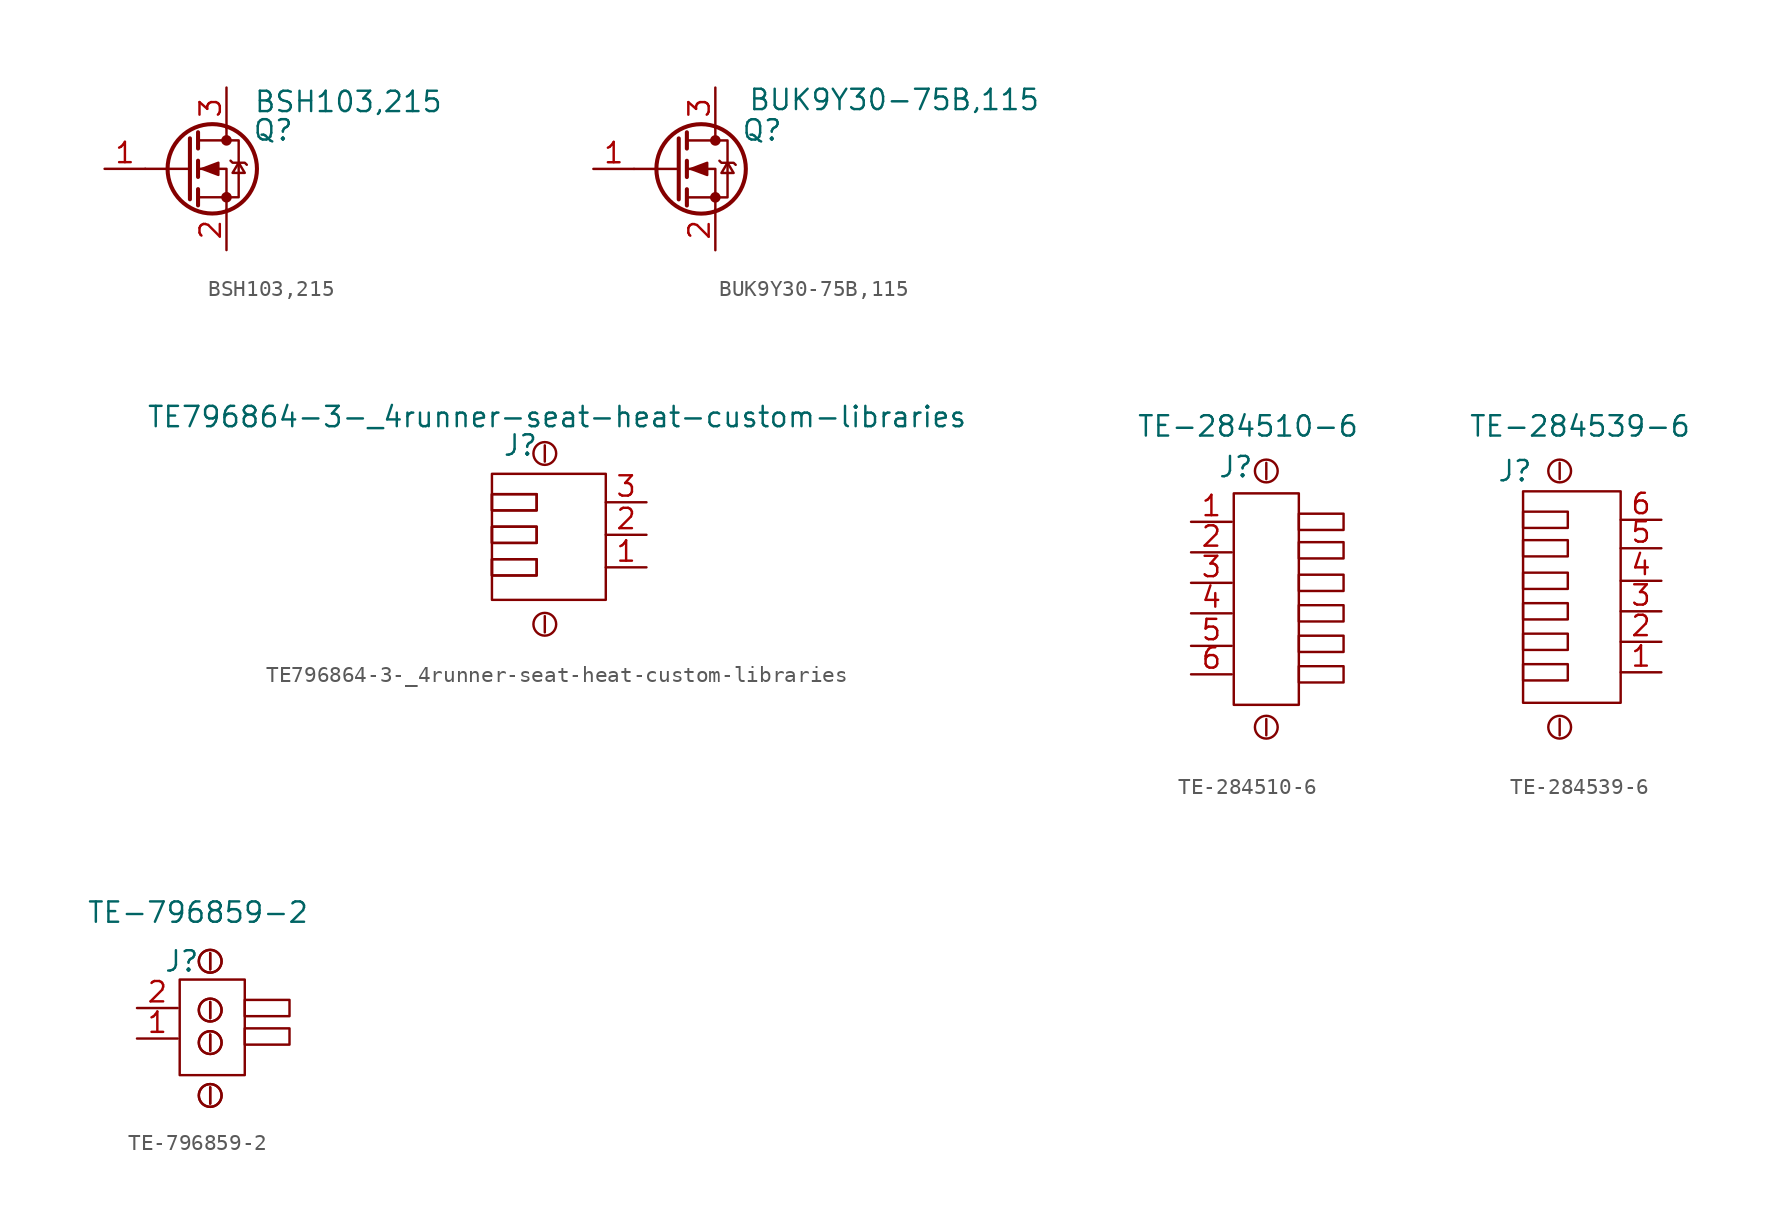
<source format=kicad_sym>
(kicad_symbol_lib
  (version 20220914)
  (generator kicad_symbol_editor)
  (symbol "BSH103,215"
    (pin_names
      (offset 1.016) hide)
    (property "Reference" "Q"
      (at 2.921 2.413 0)
      (effects (font (size 1.27 1.27))))
    (property "Value" "BSH103,215"
      (at 7.62 4.191 0)
      (effects (font (size 1.27 1.27))))
    (symbol "BSH103,215_1_1"
      (circle (center -0.889 0) (radius 2.794) (stroke (width 0.254) (type solid)) (fill (type none)))
      (circle (center 0 -1.778) (radius 0.254) (stroke (width 0) (type solid)) (fill (type outline)))
      (polyline (pts (xy -2.286 0) (xy -5.08 0)) (stroke (width 0) (type solid)) (fill (type none)))
      (polyline (pts (xy -2.286 1.905) (xy -2.286 -1.905)) (stroke (width 0.254) (type solid)) (fill (type none)))
      (polyline (pts (xy -1.778 -1.27) (xy -1.778 -2.286)) (stroke (width 0.254) (type solid)) (fill (type none)))
      (polyline (pts (xy -1.778 0.508) (xy -1.778 -0.508)) (stroke (width 0.254) (type solid)) (fill (type none)))
      (polyline (pts (xy -1.778 2.286) (xy -1.778 1.27)) (stroke (width 0.254) (type solid)) (fill (type none)))
      (polyline (pts (xy 0 2.54) (xy 0 1.778)) (stroke (width 0) (type solid)) (fill (type none)))
      (polyline (pts (xy 0 -2.54) (xy 0 0) (xy -1.778 0)) (stroke (width 0) (type solid)) (fill (type none)))
      (polyline (pts (xy -1.778 -1.778) (xy 0.762 -1.778) (xy 0.762 1.778) (xy -1.778 1.778)) (stroke (width 0) (type solid)) (fill (type none)))
      (polyline (pts (xy -1.524 0) (xy -0.508 0.381) (xy -0.508 -0.381) (xy -1.524 0)) (stroke (width 0) (type solid)) (fill (type outline)))
      (polyline (pts (xy 0.254 0.508) (xy 0.381 0.381) (xy 1.143 0.381) (xy 1.27 0.254)) (stroke (width 0) (type solid)) (fill (type none)))
      (polyline (pts (xy 0.762 0.381) (xy 0.381 -0.254) (xy 1.143 -0.254) (xy 0.762 0.381)) (stroke (width 0) (type solid)) (fill (type none)))
      (circle (center 0 1.778) (radius 0.254) (stroke (width 0) (type solid)) (fill (type outline)))
      (pin passive line (at -7.62 0 0) (length 2.54) (name "G" (effects (font (size 1.27 1.27)))) (number "1" (effects (font (size 1.27 1.27)))))
      (pin passive line (at 0 -5.08 90) (length 2.54) (name "S" (effects (font (size 1.27 1.27)))) (number "2" (effects (font (size 1.27 1.27)))))
      (pin passive line (at 0 5.08 270) (length 2.54) (name "D" (effects (font (size 1.27 1.27)))) (number "3" (effects (font (size 1.27 1.27)))))))
  (symbol "BUK9Y30-75B,115"
    (pin_names
      (offset 1.016) hide)
    (property "Reference" "Q"
      (at 2.921 2.413 0)
      (effects (font (size 1.27 1.27))))
    (property "Value" "BUK9Y30-75B,115"
      (at 11.176 4.318 0)
      (effects (font (size 1.27 1.27))))
    (symbol "BUK9Y30-75B,115_1_1"
      (circle (center -0.889 0) (radius 2.794) (stroke (width 0.254) (type solid)) (fill (type none)))
      (circle (center 0 -1.778) (radius 0.254) (stroke (width 0) (type solid)) (fill (type outline)))
      (polyline (pts (xy -2.286 0) (xy -5.08 0)) (stroke (width 0) (type solid)) (fill (type none)))
      (polyline (pts (xy -2.286 1.905) (xy -2.286 -1.905)) (stroke (width 0.254) (type solid)) (fill (type none)))
      (polyline (pts (xy -1.778 -1.27) (xy -1.778 -2.286)) (stroke (width 0.254) (type solid)) (fill (type none)))
      (polyline (pts (xy -1.778 0.508) (xy -1.778 -0.508)) (stroke (width 0.254) (type solid)) (fill (type none)))
      (polyline (pts (xy -1.778 2.286) (xy -1.778 1.27)) (stroke (width 0.254) (type solid)) (fill (type none)))
      (polyline (pts (xy 0 2.54) (xy 0 1.778)) (stroke (width 0) (type solid)) (fill (type none)))
      (polyline (pts (xy 0 -2.54) (xy 0 0) (xy -1.778 0)) (stroke (width 0) (type solid)) (fill (type none)))
      (polyline (pts (xy -1.778 -1.778) (xy 0.762 -1.778) (xy 0.762 1.778) (xy -1.778 1.778)) (stroke (width 0) (type solid)) (fill (type none)))
      (polyline (pts (xy -1.524 0) (xy -0.508 0.381) (xy -0.508 -0.381) (xy -1.524 0)) (stroke (width 0) (type solid)) (fill (type outline)))
      (polyline (pts (xy 0.254 0.508) (xy 0.381 0.381) (xy 1.143 0.381) (xy 1.27 0.254)) (stroke (width 0) (type solid)) (fill (type none)))
      (polyline (pts (xy 0.762 0.381) (xy 0.381 -0.254) (xy 1.143 -0.254) (xy 0.762 0.381)) (stroke (width 0) (type solid)) (fill (type none)))
      (circle (center 0 1.778) (radius 0.254) (stroke (width 0) (type solid)) (fill (type outline)))
      (pin passive line (at -7.62 0 0) (length 2.54) (name "G" (effects (font (size 1.27 1.27)))) (number "1" (effects (font (size 1.27 1.27)))))
      (pin passive line (at 0 -5.08 90) (length 2.54) (name "S" (effects (font (size 1.27 1.27)))) (number "2" (effects (font (size 1.27 1.27)))))
      (pin passive line (at 0 5.08 270) (length 2.54) (name "D" (effects (font (size 1.27 1.27)))) (number "3" (effects (font (size 1.27 1.27)))))))
  (symbol "TE796864-3-_4runner-seat-heat-custom-libraries"
    (pin_names
      (offset 1.016) hide)
    (property "Reference" "J"
      (at -1.524 0.508 0)
      (effects (font (size 1.27 1.27))))
    (property "Value" "TE796864-3-_4runner-seat-heat-custom-libraries"
      (at 0.762 2.286 0)
      (effects (font (size 1.27 1.27))))
    (symbol "TE796864-3-_4runner-seat-heat-custom-libraries_1_1"
      (rectangle (start -3.302 -6.604) (end -0.508 -7.62) (stroke (width 0) (type solid)) (fill (type none)))
      (rectangle (start -3.302 -6.604) (end -0.508 -7.62) (stroke (width 0) (type solid)) (fill (type none)))
      (rectangle (start -3.302 -4.572) (end -0.508 -5.588) (stroke (width 0) (type solid)) (fill (type none)))
      (rectangle (start -3.302 -4.572) (end -0.508 -5.588) (stroke (width 0) (type solid)) (fill (type none)))
      (rectangle (start -3.302 -2.54) (end -0.508 -3.556) (stroke (width 0) (type solid)) (fill (type none)))
      (rectangle (start -3.302 -2.54) (end -0.508 -3.556) (stroke (width 0) (type solid)) (fill (type none)))
      (rectangle (start -3.302 -1.27) (end 3.81 -9.144) (stroke (width 0) (type solid)) (fill (type none)))
      (circle (center 0 -10.668) (radius 0.711) (stroke (width 0) (type solid)) (fill (type none)))
      (polyline (pts (xy 0 -10.16) (xy 0 -11.176)) (stroke (width 0) (type solid)) (fill (type none)))
      (polyline (pts (xy 0 0.508) (xy 0 -0.508)) (stroke (width 0) (type solid)) (fill (type none)))
      (circle (center 0 0) (radius 0.711) (stroke (width 0) (type solid)) (fill (type none)))
      (pin input line (at 6.35 -7.112 180) (length 2.54) (name "1" (effects (font (size 1.27 1.27)))) (number "1" (effects (font (size 1.27 1.27)))))
      (pin input line (at 6.35 -5.08 180) (length 2.54) (name "2" (effects (font (size 1.27 1.27)))) (number "2" (effects (font (size 1.27 1.27)))))
      (pin input line (at 6.35 -3.048 180) (length 2.54) (name "3" (effects (font (size 1.27 1.27)))) (number "3" (effects (font (size 1.27 1.27)))))))
  (symbol "TE-284510-6"
    (pin_names
      (offset 1.016) hide)
    (property "Reference" "J"
      (at 3.81 0.762 0)
      (effects (font (size 1.27 1.27))))
    (property "Value" "TE-284510-6"
      (at 4.572 3.302 0)
      (effects (font (size 1.27 1.27))))
    (symbol "TE-284510-6_1_1"
      (polyline (pts (xy 5.715 -14.986) (xy 5.715 -16.002)) (stroke (width 0) (type solid)) (fill (type none)))
      (polyline (pts (xy 5.715 1.016) (xy 5.715 0)) (stroke (width 0) (type solid)) (fill (type none)))
      (rectangle (start 3.683 -0.889) (end 7.747 -14.097) (stroke (width 0) (type solid)) (fill (type none)))
      (circle (center 5.715 -15.494) (radius 0.711) (stroke (width 0) (type solid)) (fill (type none)))
      (circle (center 5.715 0.508) (radius 0.711) (stroke (width 0) (type solid)) (fill (type none)))
      (rectangle (start 7.747 -11.684) (end 10.541 -12.7) (stroke (width 0) (type solid)) (fill (type none)))
      (rectangle (start 7.747 -9.779) (end 10.541 -10.795) (stroke (width 0) (type solid)) (fill (type none)))
      (rectangle (start 7.747 -7.874) (end 10.541 -8.89) (stroke (width 0) (type solid)) (fill (type none)))
      (rectangle (start 7.747 -5.969) (end 10.541 -6.985) (stroke (width 0) (type solid)) (fill (type none)))
      (rectangle (start 7.747 -3.937) (end 10.541 -4.953) (stroke (width 0) (type solid)) (fill (type none)))
      (rectangle (start 7.747 -2.159) (end 10.541 -3.175) (stroke (width 0) (type solid)) (fill (type none)))
      (pin input line (at 1.016 -2.667 0) (length 2.54) (name "1" (effects (font (size 1.27 1.27)))) (number "1" (effects (font (size 1.27 1.27)))))
      (pin input line (at 1.016 -4.572 0) (length 2.54) (name "2" (effects (font (size 1.27 1.27)))) (number "2" (effects (font (size 1.27 1.27)))))
      (pin input line (at 1.016 -6.477 0) (length 2.54) (name "3" (effects (font (size 1.27 1.27)))) (number "3" (effects (font (size 1.27 1.27)))))
      (pin input line (at 1.016 -8.382 0) (length 2.54) (name "4" (effects (font (size 1.27 1.27)))) (number "4" (effects (font (size 1.27 1.27)))))
      (pin input line (at 1.016 -10.414 0) (length 2.54) (name "5" (effects (font (size 1.27 1.27)))) (number "5" (effects (font (size 1.27 1.27)))))
      (pin input line (at 1.016 -12.192 0) (length 2.54) (name "6" (effects (font (size 1.27 1.27)))) (number "6" (effects (font (size 1.27 1.27)))))))
  (symbol "TE-284539-6"
    (pin_names
      (offset 1.016) hide)
    (property "Reference" "J"
      (at -2.794 0.508 0)
      (effects (font (size 1.27 1.27))))
    (property "Value" "TE-284539-6"
      (at 1.27 3.302 0)
      (effects (font (size 1.27 1.27))))
    (symbol "TE-284539-6_0_0"
      (rectangle (start -2.286 -11.557) (end 0.508 -12.573) (stroke (width 0) (type solid)) (fill (type none)))
      (rectangle (start -2.286 -9.652) (end 0.508 -10.668) (stroke (width 0) (type solid)) (fill (type none)))
      (rectangle (start -2.286 -7.747) (end 0.508 -8.763) (stroke (width 0) (type solid)) (fill (type none)))
      (rectangle (start -2.286 -5.842) (end 0.508 -6.858) (stroke (width 0) (type solid)) (fill (type none)))
      (rectangle (start -2.286 -3.81) (end 0.508 -4.826) (stroke (width 0) (type solid)) (fill (type none)))
      (rectangle (start -2.286 -2.032) (end 0.508 -3.048) (stroke (width 0) (type solid)) (fill (type none)))
      (rectangle (start -2.286 -0.762) (end 3.81 -13.97) (stroke (width 0) (type solid)) (fill (type none)))
      (circle (center 0 -15.494) (radius 0.711) (stroke (width 0) (type solid)) (fill (type none)))
      (polyline (pts (xy 0 -14.986) (xy 0 -16.002)) (stroke (width 0) (type solid)) (fill (type none)))
      (polyline (pts (xy 0 1.016) (xy 0 0)) (stroke (width 0) (type solid)) (fill (type none)))
      (circle (center 0 0.508) (radius 0.711) (stroke (width 0) (type solid)) (fill (type none))))
    (symbol "TE-284539-6_1_1"
      (pin input line (at 6.35 -12.065 180) (length 2.54) (name "1" (effects (font (size 1.27 1.27)))) (number "1" (effects (font (size 1.27 1.27)))))
      (pin input line (at 6.35 -10.16 180) (length 2.54) (name "2" (effects (font (size 1.27 1.27)))) (number "2" (effects (font (size 1.27 1.27)))))
      (pin input line (at 6.35 -8.255 180) (length 2.54) (name "3" (effects (font (size 1.27 1.27)))) (number "3" (effects (font (size 1.27 1.27)))))
      (pin input line (at 6.35 -6.35 180) (length 2.54) (name "4" (effects (font (size 1.27 1.27)))) (number "4" (effects (font (size 1.27 1.27)))))
      (pin input line (at 6.35 -4.318 180) (length 2.54) (name "5" (effects (font (size 1.27 1.27)))) (number "5" (effects (font (size 1.27 1.27)))))
      (pin input line (at 6.35 -2.54 180) (length 2.54) (name "6" (effects (font (size 1.27 1.27)))) (number "6" (effects (font (size 1.27 1.27)))))))
  (symbol "TE-796859-2"
    (pin_names
      (offset 1.016) hide)
    (property "Reference" "J"
      (at -1.778 -1.524 0)
      (effects (font (size 1.27 1.27))))
    (property "Value" "TE-796859-2"
      (at -0.762 1.524 0)
      (effects (font (size 1.27 1.27))))
    (symbol "TE-796859-2_1_1"
      (rectangle (start -1.905 -2.667) (end 2.159 -8.636) (stroke (width 0) (type solid)) (fill (type none)))
      (circle (center 0 -9.906) (radius 0.711) (stroke (width 0) (type solid)) (fill (type none)))
      (circle (center 0 -9.906) (radius 0.711) (stroke (width 0) (type solid)) (fill (type none)))
      (circle (center 0 -6.604) (radius 0.711) (stroke (width 0) (type solid)) (fill (type none)))
      (circle (center 0 -6.604) (radius 0.711) (stroke (width 0) (type solid)) (fill (type none)))
      (circle (center 0 -4.572) (radius 0.711) (stroke (width 0) (type solid)) (fill (type none)))
      (circle (center 0 -4.572) (radius 0.711) (stroke (width 0) (type solid)) (fill (type none)))
      (circle (center 0 -1.524) (radius 0.711) (stroke (width 0) (type solid)) (fill (type none)))
      (circle (center 0 -1.524) (radius 0.711) (stroke (width 0) (type solid)) (fill (type none)))
      (polyline (pts (xy 0 -9.398) (xy 0 -10.414)) (stroke (width 0) (type solid)) (fill (type none)))
      (polyline (pts (xy 0 -9.398) (xy 0 -10.414)) (stroke (width 0) (type solid)) (fill (type none)))
      (polyline (pts (xy 0 -6.096) (xy 0 -7.112)) (stroke (width 0) (type solid)) (fill (type none)))
      (polyline (pts (xy 0 -6.096) (xy 0 -7.112)) (stroke (width 0) (type solid)) (fill (type none)))
      (polyline (pts (xy 0 -4.064) (xy 0 -5.08)) (stroke (width 0) (type solid)) (fill (type none)))
      (polyline (pts (xy 0 -4.064) (xy 0 -5.08)) (stroke (width 0) (type solid)) (fill (type none)))
      (polyline (pts (xy 0 -1.016) (xy 0 -2.032)) (stroke (width 0) (type solid)) (fill (type none)))
      (polyline (pts (xy 0 -1.016) (xy 0 -2.032)) (stroke (width 0) (type solid)) (fill (type none)))
      (rectangle (start 2.159 -5.715) (end 4.953 -6.731) (stroke (width 0) (type solid)) (fill (type none)))
      (rectangle (start 2.159 -3.937) (end 4.953 -4.953) (stroke (width 0) (type solid)) (fill (type none)))
      (pin input line (at -4.572 -6.35 0) (length 2.54) (name "1" (effects (font (size 1.27 1.27)))) (number "1" (effects (font (size 1.27 1.27)))))
      (pin input line (at -4.572 -4.445 0) (length 2.54) (name "2" (effects (font (size 1.27 1.27)))) (number "2" (effects (font (size 1.27 1.27))))))))
</source>
